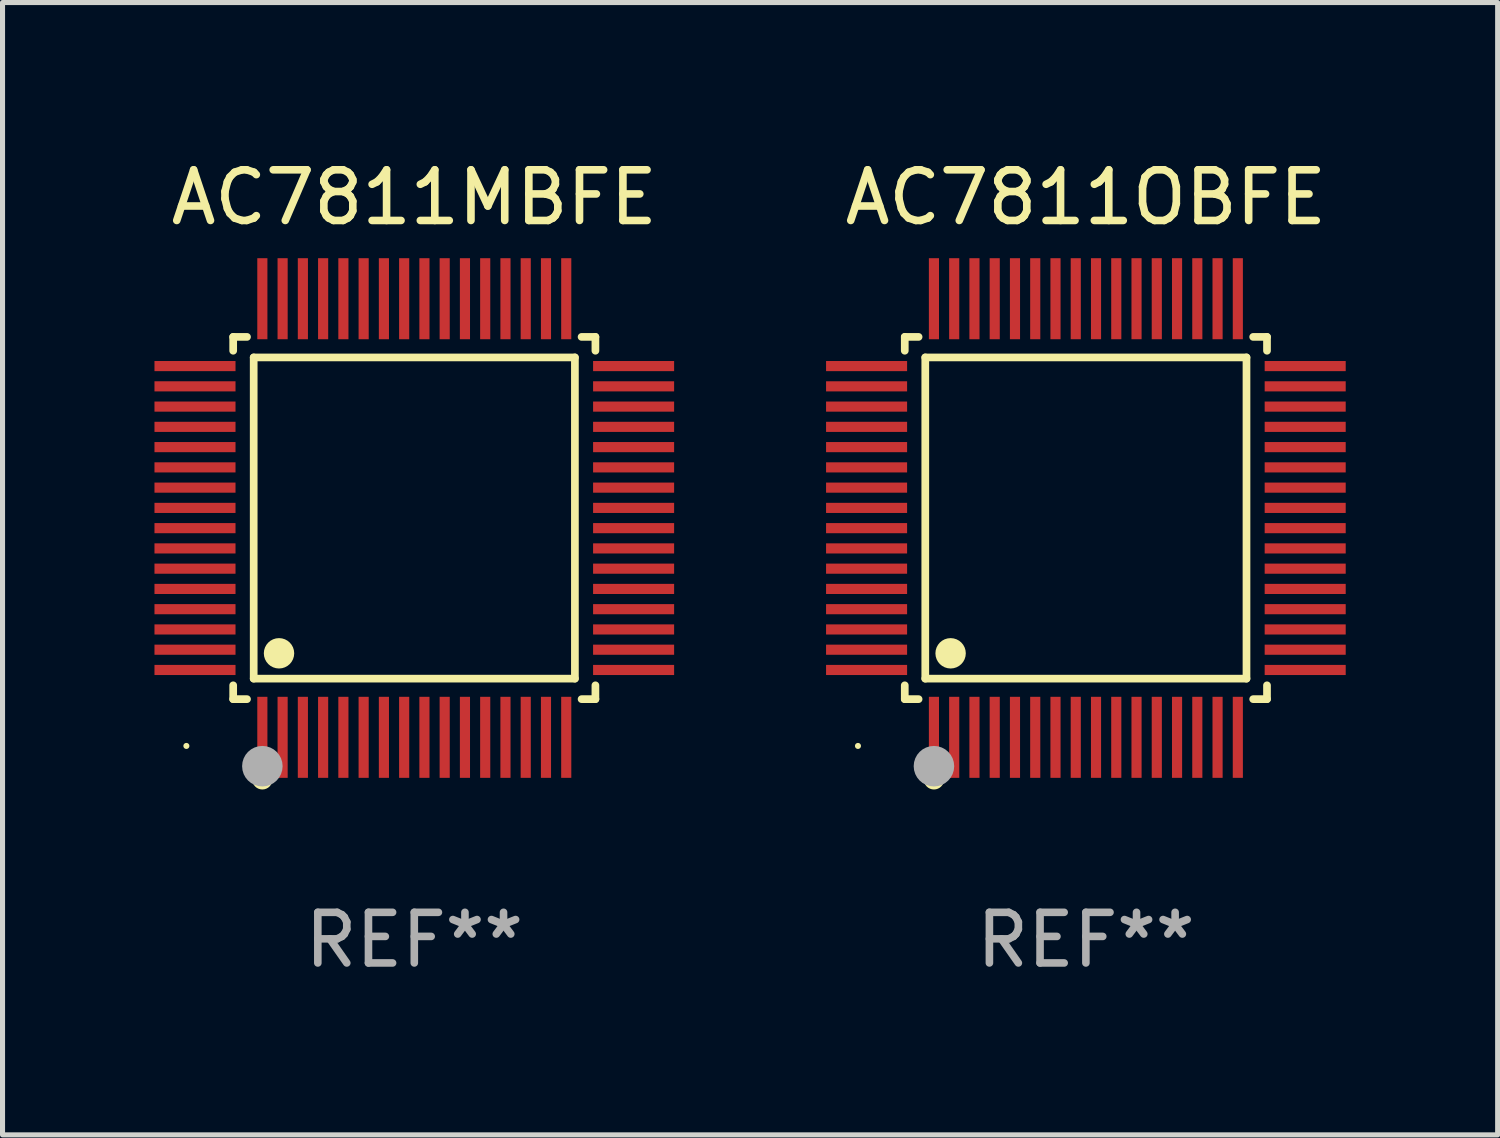
<source format=kicad_pcb>
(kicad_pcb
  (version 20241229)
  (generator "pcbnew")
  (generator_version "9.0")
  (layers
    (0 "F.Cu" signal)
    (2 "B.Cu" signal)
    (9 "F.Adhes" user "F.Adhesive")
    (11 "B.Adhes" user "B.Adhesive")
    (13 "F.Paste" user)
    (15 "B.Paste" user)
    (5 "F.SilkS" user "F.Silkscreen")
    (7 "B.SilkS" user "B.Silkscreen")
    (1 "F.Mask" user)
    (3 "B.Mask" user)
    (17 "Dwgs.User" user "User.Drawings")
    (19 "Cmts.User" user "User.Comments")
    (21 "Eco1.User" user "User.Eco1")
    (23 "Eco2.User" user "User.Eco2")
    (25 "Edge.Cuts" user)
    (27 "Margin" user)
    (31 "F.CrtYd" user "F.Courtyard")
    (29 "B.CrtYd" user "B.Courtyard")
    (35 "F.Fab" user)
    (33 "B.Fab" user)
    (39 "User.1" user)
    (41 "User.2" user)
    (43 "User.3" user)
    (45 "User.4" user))
  (footprint "AC7811MBFE"
    (layer "F.Cu")
    (at 5.13 7.178)
    (property "Reference" "AC7811MBFE" (at 0 -6.33 0) (layer "F.SilkS") (effects (font (size 1 1) (thickness 0.15))))
    (attr through_hole)
    (fp_line (start -3.576 -3.576) (end -3.303 -3.576) (stroke (width 0.152) (type solid)) (layer "F.SilkS"))
    (fp_line (start -3.576 -3.303) (end -3.576 -3.576) (stroke (width 0.152) (type solid)) (layer "F.SilkS"))
    (fp_line (start -3.576 3.303) (end -3.576 3.576) (stroke (width 0.152) (type solid)) (layer "F.SilkS"))
    (fp_line (start -3.576 3.576) (end -3.303 3.576) (stroke (width 0.152) (type solid)) (layer "F.SilkS"))
    (fp_line (start -3.171 -3.171) (end 3.171 -3.171) (stroke (width 0.152) (type solid)) (layer "F.SilkS"))
    (fp_line (start -3.171 3.171) (end -3.171 -3.171) (stroke (width 0.152) (type solid)) (layer "F.SilkS"))
    (fp_line (start 3.171 -3.171) (end 3.171 3.171) (stroke (width 0.152) (type solid)) (layer "F.SilkS"))
    (fp_line (start 3.171 3.171) (end -3.171 3.171) (stroke (width 0.152) (type solid)) (layer "F.SilkS"))
    (fp_line (start 3.576 -3.576) (end 3.303 -3.576) (stroke (width 0.152) (type solid)) (layer "F.SilkS"))
    (fp_line (start 3.576 -3.303) (end 3.576 -3.576) (stroke (width 0.152) (type solid)) (layer "F.SilkS"))
    (fp_line (start 3.576 3.303) (end 3.576 3.576) (stroke (width 0.152) (type solid)) (layer "F.SilkS"))
    (fp_line (start 3.576 3.576) (end 3.303 3.576) (stroke (width 0.152) (type solid)) (layer "F.SilkS"))
    (fp_circle (center -4.5 4.5) (end -4.47 4.5) (stroke (width 0.06) (type solid)) (fill no) (layer "F.SilkS"))
    (fp_circle (center -3 5.16) (end -2.9 5.16) (stroke (width 0.2) (type solid)) (fill no) (layer "F.SilkS"))
    (fp_circle (center -2.671 2.671) (end -2.521 2.671) (stroke (width 0.3) (type solid)) (fill no) (layer "F.SilkS"))
    (fp_circle (center -3 4.9) (end -2.8 4.9) (stroke (width 0.4) (type solid)) (fill no) (layer "F.Fab"))
    (fp_text user "REF**" (at 0 8.33 0) (layer "F.Fab") (effects (font (size 1 1) (thickness 0.15))))
    (pad "1" smd rect (at -3 4.33) (size 0.2 1.6) (layers "F.Cu" "F.Mask" "F.Paste"))
    (pad "2" smd rect (at -2.6 4.33) (size 0.2 1.6) (layers "F.Cu" "F.Mask" "F.Paste"))
    (pad "3" smd rect (at -2.2 4.33) (size 0.2 1.6) (layers "F.Cu" "F.Mask" "F.Paste"))
    (pad "4" smd rect (at -1.8 4.33) (size 0.2 1.6) (layers "F.Cu" "F.Mask" "F.Paste"))
    (pad "5" smd rect (at -1.4 4.33) (size 0.2 1.6) (layers "F.Cu" "F.Mask" "F.Paste"))
    (pad "6" smd rect (at -1 4.33) (size 0.2 1.6) (layers "F.Cu" "F.Mask" "F.Paste"))
    (pad "7" smd rect (at -0.6 4.33) (size 0.2 1.6) (layers "F.Cu" "F.Mask" "F.Paste"))
    (pad "8" smd rect (at -0.2 4.33) (size 0.2 1.6) (layers "F.Cu" "F.Mask" "F.Paste"))
    (pad "9" smd rect (at 0.2 4.33) (size 0.2 1.6) (layers "F.Cu" "F.Mask" "F.Paste"))
    (pad "10" smd rect (at 0.6 4.33) (size 0.2 1.6) (layers "F.Cu" "F.Mask" "F.Paste"))
    (pad "11" smd rect (at 1 4.33) (size 0.2 1.6) (layers "F.Cu" "F.Mask" "F.Paste"))
    (pad "12" smd rect (at 1.4 4.33) (size 0.2 1.6) (layers "F.Cu" "F.Mask" "F.Paste"))
    (pad "13" smd rect (at 1.8 4.33) (size 0.2 1.6) (layers "F.Cu" "F.Mask" "F.Paste"))
    (pad "14" smd rect (at 2.2 4.33) (size 0.2 1.6) (layers "F.Cu" "F.Mask" "F.Paste"))
    (pad "15" smd rect (at 2.6 4.33) (size 0.2 1.6) (layers "F.Cu" "F.Mask" "F.Paste"))
    (pad "16" smd rect (at 3 4.33) (size 0.2 1.6) (layers "F.Cu" "F.Mask" "F.Paste"))
    (pad "17" smd rect (at 4.33 3) (size 1.6 0.2) (layers "F.Cu" "F.Mask" "F.Paste"))
    (pad "18" smd rect (at 4.33 2.6) (size 1.6 0.2) (layers "F.Cu" "F.Mask" "F.Paste"))
    (pad "19" smd rect (at 4.33 2.2) (size 1.6 0.2) (layers "F.Cu" "F.Mask" "F.Paste"))
    (pad "20" smd rect (at 4.33 1.8) (size 1.6 0.2) (layers "F.Cu" "F.Mask" "F.Paste"))
    (pad "21" smd rect (at 4.33 1.4) (size 1.6 0.2) (layers "F.Cu" "F.Mask" "F.Paste"))
    (pad "22" smd rect (at 4.33 1) (size 1.6 0.2) (layers "F.Cu" "F.Mask" "F.Paste"))
    (pad "23" smd rect (at 4.33 0.6) (size 1.6 0.2) (layers "F.Cu" "F.Mask" "F.Paste"))
    (pad "24" smd rect (at 4.33 0.2) (size 1.6 0.2) (layers "F.Cu" "F.Mask" "F.Paste"))
    (pad "25" smd rect (at 4.33 -0.2) (size 1.6 0.2) (layers "F.Cu" "F.Mask" "F.Paste"))
    (pad "26" smd rect (at 4.33 -0.6) (size 1.6 0.2) (layers "F.Cu" "F.Mask" "F.Paste"))
    (pad "27" smd rect (at 4.33 -1) (size 1.6 0.2) (layers "F.Cu" "F.Mask" "F.Paste"))
    (pad "28" smd rect (at 4.33 -1.4) (size 1.6 0.2) (layers "F.Cu" "F.Mask" "F.Paste"))
    (pad "29" smd rect (at 4.33 -1.8) (size 1.6 0.2) (layers "F.Cu" "F.Mask" "F.Paste"))
    (pad "30" smd rect (at 4.33 -2.2) (size 1.6 0.2) (layers "F.Cu" "F.Mask" "F.Paste"))
    (pad "31" smd rect (at 4.33 -2.6) (size 1.6 0.2) (layers "F.Cu" "F.Mask" "F.Paste"))
    (pad "32" smd rect (at 4.33 -3) (size 1.6 0.2) (layers "F.Cu" "F.Mask" "F.Paste"))
    (pad "33" smd rect (at 3 -4.33) (size 0.2 1.6) (layers "F.Cu" "F.Mask" "F.Paste"))
    (pad "34" smd rect (at 2.6 -4.33) (size 0.2 1.6) (layers "F.Cu" "F.Mask" "F.Paste"))
    (pad "35" smd rect (at 2.2 -4.33) (size 0.2 1.6) (layers "F.Cu" "F.Mask" "F.Paste"))
    (pad "36" smd rect (at 1.8 -4.33) (size 0.2 1.6) (layers "F.Cu" "F.Mask" "F.Paste"))
    (pad "37" smd rect (at 1.4 -4.33) (size 0.2 1.6) (layers "F.Cu" "F.Mask" "F.Paste"))
    (pad "38" smd rect (at 1 -4.33) (size 0.2 1.6) (layers "F.Cu" "F.Mask" "F.Paste"))
    (pad "39" smd rect (at 0.6 -4.33) (size 0.2 1.6) (layers "F.Cu" "F.Mask" "F.Paste"))
    (pad "40" smd rect (at 0.2 -4.33) (size 0.2 1.6) (layers "F.Cu" "F.Mask" "F.Paste"))
    (pad "41" smd rect (at -0.2 -4.33) (size 0.2 1.6) (layers "F.Cu" "F.Mask" "F.Paste"))
    (pad "42" smd rect (at -0.6 -4.33) (size 0.2 1.6) (layers "F.Cu" "F.Mask" "F.Paste"))
    (pad "43" smd rect (at -1 -4.33) (size 0.2 1.6) (layers "F.Cu" "F.Mask" "F.Paste"))
    (pad "44" smd rect (at -1.4 -4.33) (size 0.2 1.6) (layers "F.Cu" "F.Mask" "F.Paste"))
    (pad "45" smd rect (at -1.8 -4.33) (size 0.2 1.6) (layers "F.Cu" "F.Mask" "F.Paste"))
    (pad "46" smd rect (at -2.2 -4.33) (size 0.2 1.6) (layers "F.Cu" "F.Mask" "F.Paste"))
    (pad "47" smd rect (at -2.6 -4.33) (size 0.2 1.6) (layers "F.Cu" "F.Mask" "F.Paste"))
    (pad "48" smd rect (at -3 -4.33) (size 0.2 1.6) (layers "F.Cu" "F.Mask" "F.Paste"))
    (pad "49" smd rect (at -4.33 -3) (size 1.6 0.2) (layers "F.Cu" "F.Mask" "F.Paste"))
    (pad "50" smd rect (at -4.33 -2.6) (size 1.6 0.2) (layers "F.Cu" "F.Mask" "F.Paste"))
    (pad "51" smd rect (at -4.33 -2.2) (size 1.6 0.2) (layers "F.Cu" "F.Mask" "F.Paste"))
    (pad "52" smd rect (at -4.33 -1.8) (size 1.6 0.2) (layers "F.Cu" "F.Mask" "F.Paste"))
    (pad "53" smd rect (at -4.33 -1.4) (size 1.6 0.2) (layers "F.Cu" "F.Mask" "F.Paste"))
    (pad "54" smd rect (at -4.33 -1) (size 1.6 0.2) (layers "F.Cu" "F.Mask" "F.Paste"))
    (pad "55" smd rect (at -4.33 -0.6) (size 1.6 0.2) (layers "F.Cu" "F.Mask" "F.Paste"))
    (pad "56" smd rect (at -4.33 -0.2) (size 1.6 0.2) (layers "F.Cu" "F.Mask" "F.Paste"))
    (pad "57" smd rect (at -4.33 0.2) (size 1.6 0.2) (layers "F.Cu" "F.Mask" "F.Paste"))
    (pad "58" smd rect (at -4.33 0.6) (size 1.6 0.2) (layers "F.Cu" "F.Mask" "F.Paste"))
    (pad "59" smd rect (at -4.33 1) (size 1.6 0.2) (layers "F.Cu" "F.Mask" "F.Paste"))
    (pad "60" smd rect (at -4.33 1.4) (size 1.6 0.2) (layers "F.Cu" "F.Mask" "F.Paste"))
    (pad "61" smd rect (at -4.33 1.8) (size 1.6 0.2) (layers "F.Cu" "F.Mask" "F.Paste"))
    (pad "62" smd rect (at -4.33 2.2) (size 1.6 0.2) (layers "F.Cu" "F.Mask" "F.Paste"))
    (pad "63" smd rect (at -4.33 2.6) (size 1.6 0.2) (layers "F.Cu" "F.Mask" "F.Paste"))
    (pad "64" smd rect (at -4.33 3) (size 1.6 0.2) (layers "F.Cu" "F.Mask" "F.Paste")))
  (footprint "AC7811OBFE"
    (layer "F.Cu")
    (at 18.39 7.178)
    (property "Reference" "AC7811OBFE" (at 0 -6.33 0) (layer "F.SilkS") (effects (font (size 1 1) (thickness 0.15))))
    (attr through_hole)
    (fp_line (start -3.576 -3.576) (end -3.303 -3.576) (stroke (width 0.152) (type solid)) (layer "F.SilkS"))
    (fp_line (start -3.576 -3.303) (end -3.576 -3.576) (stroke (width 0.152) (type solid)) (layer "F.SilkS"))
    (fp_line (start -3.576 3.303) (end -3.576 3.576) (stroke (width 0.152) (type solid)) (layer "F.SilkS"))
    (fp_line (start -3.576 3.576) (end -3.303 3.576) (stroke (width 0.152) (type solid)) (layer "F.SilkS"))
    (fp_line (start -3.171 -3.171) (end 3.171 -3.171) (stroke (width 0.152) (type solid)) (layer "F.SilkS"))
    (fp_line (start -3.171 3.171) (end -3.171 -3.171) (stroke (width 0.152) (type solid)) (layer "F.SilkS"))
    (fp_line (start 3.171 -3.171) (end 3.171 3.171) (stroke (width 0.152) (type solid)) (layer "F.SilkS"))
    (fp_line (start 3.171 3.171) (end -3.171 3.171) (stroke (width 0.152) (type solid)) (layer "F.SilkS"))
    (fp_line (start 3.576 -3.576) (end 3.303 -3.576) (stroke (width 0.152) (type solid)) (layer "F.SilkS"))
    (fp_line (start 3.576 -3.303) (end 3.576 -3.576) (stroke (width 0.152) (type solid)) (layer "F.SilkS"))
    (fp_line (start 3.576 3.303) (end 3.576 3.576) (stroke (width 0.152) (type solid)) (layer "F.SilkS"))
    (fp_line (start 3.576 3.576) (end 3.303 3.576) (stroke (width 0.152) (type solid)) (layer "F.SilkS"))
    (fp_circle (center -4.5 4.5) (end -4.47 4.5) (stroke (width 0.06) (type solid)) (fill no) (layer "F.SilkS"))
    (fp_circle (center -3 5.16) (end -2.9 5.16) (stroke (width 0.2) (type solid)) (fill no) (layer "F.SilkS"))
    (fp_circle (center -2.671 2.671) (end -2.521 2.671) (stroke (width 0.3) (type solid)) (fill no) (layer "F.SilkS"))
    (fp_circle (center -3 4.9) (end -2.8 4.9) (stroke (width 0.4) (type solid)) (fill no) (layer "F.Fab"))
    (fp_text user "REF**" (at 0 8.33 0) (layer "F.Fab") (effects (font (size 1 1) (thickness 0.15))))
    (pad "1" smd rect (at -3 4.33) (size 0.2 1.6) (layers "F.Cu" "F.Mask" "F.Paste"))
    (pad "2" smd rect (at -2.6 4.33) (size 0.2 1.6) (layers "F.Cu" "F.Mask" "F.Paste"))
    (pad "3" smd rect (at -2.2 4.33) (size 0.2 1.6) (layers "F.Cu" "F.Mask" "F.Paste"))
    (pad "4" smd rect (at -1.8 4.33) (size 0.2 1.6) (layers "F.Cu" "F.Mask" "F.Paste"))
    (pad "5" smd rect (at -1.4 4.33) (size 0.2 1.6) (layers "F.Cu" "F.Mask" "F.Paste"))
    (pad "6" smd rect (at -1 4.33) (size 0.2 1.6) (layers "F.Cu" "F.Mask" "F.Paste"))
    (pad "7" smd rect (at -0.6 4.33) (size 0.2 1.6) (layers "F.Cu" "F.Mask" "F.Paste"))
    (pad "8" smd rect (at -0.2 4.33) (size 0.2 1.6) (layers "F.Cu" "F.Mask" "F.Paste"))
    (pad "9" smd rect (at 0.2 4.33) (size 0.2 1.6) (layers "F.Cu" "F.Mask" "F.Paste"))
    (pad "10" smd rect (at 0.6 4.33) (size 0.2 1.6) (layers "F.Cu" "F.Mask" "F.Paste"))
    (pad "11" smd rect (at 1 4.33) (size 0.2 1.6) (layers "F.Cu" "F.Mask" "F.Paste"))
    (pad "12" smd rect (at 1.4 4.33) (size 0.2 1.6) (layers "F.Cu" "F.Mask" "F.Paste"))
    (pad "13" smd rect (at 1.8 4.33) (size 0.2 1.6) (layers "F.Cu" "F.Mask" "F.Paste"))
    (pad "14" smd rect (at 2.2 4.33) (size 0.2 1.6) (layers "F.Cu" "F.Mask" "F.Paste"))
    (pad "15" smd rect (at 2.6 4.33) (size 0.2 1.6) (layers "F.Cu" "F.Mask" "F.Paste"))
    (pad "16" smd rect (at 3 4.33) (size 0.2 1.6) (layers "F.Cu" "F.Mask" "F.Paste"))
    (pad "17" smd rect (at 4.33 3) (size 1.6 0.2) (layers "F.Cu" "F.Mask" "F.Paste"))
    (pad "18" smd rect (at 4.33 2.6) (size 1.6 0.2) (layers "F.Cu" "F.Mask" "F.Paste"))
    (pad "19" smd rect (at 4.33 2.2) (size 1.6 0.2) (layers "F.Cu" "F.Mask" "F.Paste"))
    (pad "20" smd rect (at 4.33 1.8) (size 1.6 0.2) (layers "F.Cu" "F.Mask" "F.Paste"))
    (pad "21" smd rect (at 4.33 1.4) (size 1.6 0.2) (layers "F.Cu" "F.Mask" "F.Paste"))
    (pad "22" smd rect (at 4.33 1) (size 1.6 0.2) (layers "F.Cu" "F.Mask" "F.Paste"))
    (pad "23" smd rect (at 4.33 0.6) (size 1.6 0.2) (layers "F.Cu" "F.Mask" "F.Paste"))
    (pad "24" smd rect (at 4.33 0.2) (size 1.6 0.2) (layers "F.Cu" "F.Mask" "F.Paste"))
    (pad "25" smd rect (at 4.33 -0.2) (size 1.6 0.2) (layers "F.Cu" "F.Mask" "F.Paste"))
    (pad "26" smd rect (at 4.33 -0.6) (size 1.6 0.2) (layers "F.Cu" "F.Mask" "F.Paste"))
    (pad "27" smd rect (at 4.33 -1) (size 1.6 0.2) (layers "F.Cu" "F.Mask" "F.Paste"))
    (pad "28" smd rect (at 4.33 -1.4) (size 1.6 0.2) (layers "F.Cu" "F.Mask" "F.Paste"))
    (pad "29" smd rect (at 4.33 -1.8) (size 1.6 0.2) (layers "F.Cu" "F.Mask" "F.Paste"))
    (pad "30" smd rect (at 4.33 -2.2) (size 1.6 0.2) (layers "F.Cu" "F.Mask" "F.Paste"))
    (pad "31" smd rect (at 4.33 -2.6) (size 1.6 0.2) (layers "F.Cu" "F.Mask" "F.Paste"))
    (pad "32" smd rect (at 4.33 -3) (size 1.6 0.2) (layers "F.Cu" "F.Mask" "F.Paste"))
    (pad "33" smd rect (at 3 -4.33) (size 0.2 1.6) (layers "F.Cu" "F.Mask" "F.Paste"))
    (pad "34" smd rect (at 2.6 -4.33) (size 0.2 1.6) (layers "F.Cu" "F.Mask" "F.Paste"))
    (pad "35" smd rect (at 2.2 -4.33) (size 0.2 1.6) (layers "F.Cu" "F.Mask" "F.Paste"))
    (pad "36" smd rect (at 1.8 -4.33) (size 0.2 1.6) (layers "F.Cu" "F.Mask" "F.Paste"))
    (pad "37" smd rect (at 1.4 -4.33) (size 0.2 1.6) (layers "F.Cu" "F.Mask" "F.Paste"))
    (pad "38" smd rect (at 1 -4.33) (size 0.2 1.6) (layers "F.Cu" "F.Mask" "F.Paste"))
    (pad "39" smd rect (at 0.6 -4.33) (size 0.2 1.6) (layers "F.Cu" "F.Mask" "F.Paste"))
    (pad "40" smd rect (at 0.2 -4.33) (size 0.2 1.6) (layers "F.Cu" "F.Mask" "F.Paste"))
    (pad "41" smd rect (at -0.2 -4.33) (size 0.2 1.6) (layers "F.Cu" "F.Mask" "F.Paste"))
    (pad "42" smd rect (at -0.6 -4.33) (size 0.2 1.6) (layers "F.Cu" "F.Mask" "F.Paste"))
    (pad "43" smd rect (at -1 -4.33) (size 0.2 1.6) (layers "F.Cu" "F.Mask" "F.Paste"))
    (pad "44" smd rect (at -1.4 -4.33) (size 0.2 1.6) (layers "F.Cu" "F.Mask" "F.Paste"))
    (pad "45" smd rect (at -1.8 -4.33) (size 0.2 1.6) (layers "F.Cu" "F.Mask" "F.Paste"))
    (pad "46" smd rect (at -2.2 -4.33) (size 0.2 1.6) (layers "F.Cu" "F.Mask" "F.Paste"))
    (pad "47" smd rect (at -2.6 -4.33) (size 0.2 1.6) (layers "F.Cu" "F.Mask" "F.Paste"))
    (pad "48" smd rect (at -3 -4.33) (size 0.2 1.6) (layers "F.Cu" "F.Mask" "F.Paste"))
    (pad "49" smd rect (at -4.33 -3) (size 1.6 0.2) (layers "F.Cu" "F.Mask" "F.Paste"))
    (pad "50" smd rect (at -4.33 -2.6) (size 1.6 0.2) (layers "F.Cu" "F.Mask" "F.Paste"))
    (pad "51" smd rect (at -4.33 -2.2) (size 1.6 0.2) (layers "F.Cu" "F.Mask" "F.Paste"))
    (pad "52" smd rect (at -4.33 -1.8) (size 1.6 0.2) (layers "F.Cu" "F.Mask" "F.Paste"))
    (pad "53" smd rect (at -4.33 -1.4) (size 1.6 0.2) (layers "F.Cu" "F.Mask" "F.Paste"))
    (pad "54" smd rect (at -4.33 -1) (size 1.6 0.2) (layers "F.Cu" "F.Mask" "F.Paste"))
    (pad "55" smd rect (at -4.33 -0.6) (size 1.6 0.2) (layers "F.Cu" "F.Mask" "F.Paste"))
    (pad "56" smd rect (at -4.33 -0.2) (size 1.6 0.2) (layers "F.Cu" "F.Mask" "F.Paste"))
    (pad "57" smd rect (at -4.33 0.2) (size 1.6 0.2) (layers "F.Cu" "F.Mask" "F.Paste"))
    (pad "58" smd rect (at -4.33 0.6) (size 1.6 0.2) (layers "F.Cu" "F.Mask" "F.Paste"))
    (pad "59" smd rect (at -4.33 1) (size 1.6 0.2) (layers "F.Cu" "F.Mask" "F.Paste"))
    (pad "60" smd rect (at -4.33 1.4) (size 1.6 0.2) (layers "F.Cu" "F.Mask" "F.Paste"))
    (pad "61" smd rect (at -4.33 1.8) (size 1.6 0.2) (layers "F.Cu" "F.Mask" "F.Paste"))
    (pad "62" smd rect (at -4.33 2.2) (size 1.6 0.2) (layers "F.Cu" "F.Mask" "F.Paste"))
    (pad "63" smd rect (at -4.33 2.6) (size 1.6 0.2) (layers "F.Cu" "F.Mask" "F.Paste"))
    (pad "64" smd rect (at -4.33 3) (size 1.6 0.2) (layers "F.Cu" "F.Mask" "F.Paste")))
  (gr_rect
    (start -3 -3)
    (end 26.52 19.357)
    (stroke (width 0.1) (type default))
    (fill no)
    (layer "Edge.Cuts")))
</source>
